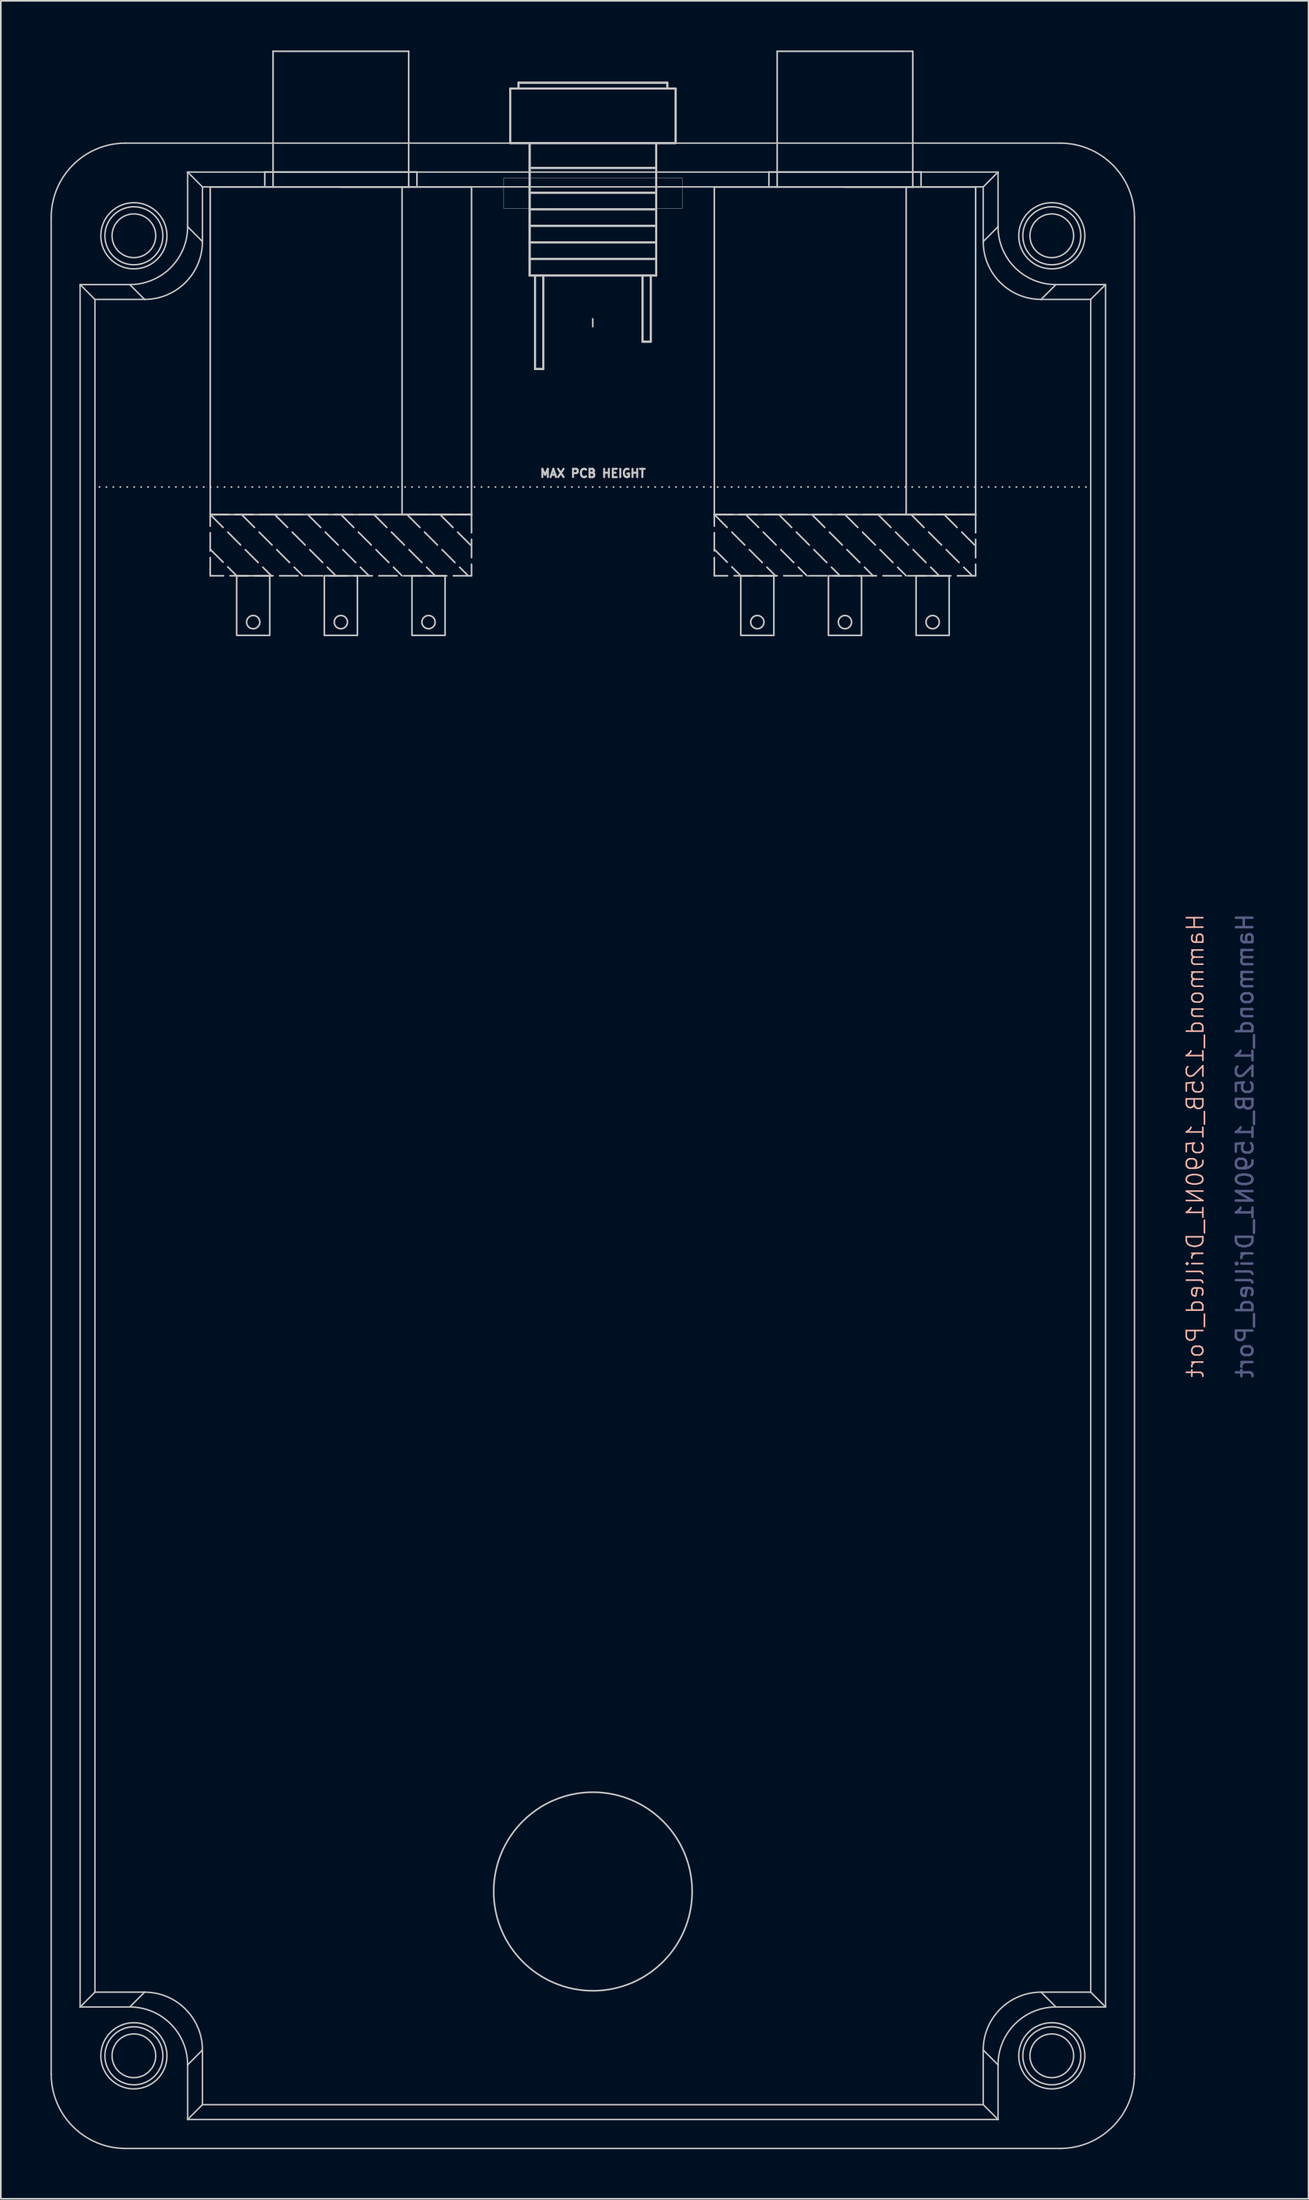
<source format=kicad_pcb>
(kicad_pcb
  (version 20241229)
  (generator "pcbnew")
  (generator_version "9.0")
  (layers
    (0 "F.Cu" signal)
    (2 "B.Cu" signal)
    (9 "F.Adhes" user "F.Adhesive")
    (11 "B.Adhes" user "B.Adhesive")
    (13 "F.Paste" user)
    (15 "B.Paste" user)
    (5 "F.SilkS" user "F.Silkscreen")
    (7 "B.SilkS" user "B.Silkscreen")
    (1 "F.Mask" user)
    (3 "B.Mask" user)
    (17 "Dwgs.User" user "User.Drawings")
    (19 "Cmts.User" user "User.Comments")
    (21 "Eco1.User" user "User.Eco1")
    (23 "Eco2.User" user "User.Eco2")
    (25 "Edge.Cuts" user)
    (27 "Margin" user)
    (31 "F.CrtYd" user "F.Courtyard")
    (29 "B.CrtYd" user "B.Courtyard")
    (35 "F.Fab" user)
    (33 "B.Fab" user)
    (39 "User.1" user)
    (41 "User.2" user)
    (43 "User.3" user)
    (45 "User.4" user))
  (footprint "Hammond_125B_1590N1_Drilled_Port"
    (layer "F.Cu")
    (at 32.8 66.2)
    (property "Reference" "Hammond_125B_1590N1_Drilled_Port" (at 36.42 0 90) (unlocked yes) (layer "B.SilkS") (effects (font (size 1 1) (thickness 0.1)) (justify mirror)))
    (fp_line (start -32.755 56.102) (end -32.755 -56.102) (stroke (width 0.09) (type solid)) (layer "Dwgs.User"))
    (fp_line (start -31.005 -52.05) (end -28.004 -52.05) (stroke (width 0.09) (type solid)) (layer "Dwgs.User"))
    (fp_line (start -31.005 52.05) (end -31.005 -52.05) (stroke (width 0.09) (type solid)) (layer "Dwgs.User"))
    (fp_line (start -30.11 -51.154) (end -31.005 -52.05) (stroke (width 0.09) (type solid)) (layer "Dwgs.User"))
    (fp_line (start -30.11 -51.154) (end -30.11 51.154) (stroke (width 0.09) (type solid)) (layer "Dwgs.User"))
    (fp_line (start -30.11 51.154) (end -31.005 52.05) (stroke (width 0.09) (type solid)) (layer "Dwgs.User"))
    (fp_line (start -30.11 51.154) (end -27.108 51.154) (stroke (width 0.09) (type solid)) (layer "Dwgs.User"))
    (fp_line (start -29.845 -39.815) (end 29.845 -39.815) (stroke (width 0.1) (type dot)) (layer "Dwgs.User"))
    (fp_line (start -28.257 -60.6) (end 28.246 -60.6) (stroke (width 0.09) (type solid)) (layer "Dwgs.User"))
    (fp_line (start -28.004 -52.05) (end -27.108 -51.154) (stroke (width 0.09) (type solid)) (layer "Dwgs.User"))
    (fp_line (start -28.004 52.05) (end -31.005 52.05) (stroke (width 0.09) (type solid)) (layer "Dwgs.User"))
    (fp_line (start -27.108 -51.154) (end -30.11 -51.154) (stroke (width 0.09) (type solid)) (layer "Dwgs.User"))
    (fp_line (start -27.108 51.154) (end -28.004 52.05) (stroke (width 0.09) (type solid)) (layer "Dwgs.User"))
    (fp_line (start -24.505 -58.85) (end 24.495 -58.85) (stroke (width 0.09) (type solid)) (layer "Dwgs.User"))
    (fp_line (start -24.505 -55.549) (end -24.505 -58.85) (stroke (width 0.09) (type solid)) (layer "Dwgs.User"))
    (fp_line (start -24.505 55.549) (end -23.61 54.653) (stroke (width 0.09) (type solid)) (layer "Dwgs.User"))
    (fp_line (start -24.505 58.85) (end -24.505 55.549) (stroke (width 0.09) (type solid)) (layer "Dwgs.User"))
    (fp_line (start -23.61 -57.954) (end -24.505 -58.85) (stroke (width 0.09) (type solid)) (layer "Dwgs.User"))
    (fp_line (start -23.61 -57.954) (end -23.61 -54.653) (stroke (width 0.09) (type solid)) (layer "Dwgs.User"))
    (fp_line (start -23.61 -54.653) (end -24.505 -55.549) (stroke (width 0.09) (type solid)) (layer "Dwgs.User"))
    (fp_line (start -23.61 54.653) (end -23.61 57.954) (stroke (width 0.09) (type solid)) (layer "Dwgs.User"))
    (fp_line (start -23.61 57.954) (end -24.505 58.85) (stroke (width 0.09) (type solid)) (layer "Dwgs.User"))
    (fp_line (start -23.61 57.954) (end 23.599 57.954) (stroke (width 0.09) (type solid)) (layer "Dwgs.User"))
    (fp_line (start -23.14 -57.95) (end -23.14 -38.15) (stroke (width 0.1) (type default)) (layer "Dwgs.User"))
    (fp_line (start -23.14 -38.15) (end -19.44 -34.45) (stroke (width 0.1) (type dash)) (layer "Dwgs.User"))
    (fp_line (start -23.14 -38.15) (end -7.34 -38.15) (stroke (width 0.1) (type default)) (layer "Dwgs.User"))
    (fp_line (start -23.14 -36.05) (end -21.54 -34.45) (stroke (width 0.1) (type dash)) (layer "Dwgs.User"))
    (fp_line (start -21.24 -38.15) (end -17.54 -34.45) (stroke (width 0.1) (type dash)) (layer "Dwgs.User"))
    (fp_line (start -19.84 -58.85) (end -19.84 -58.05) (stroke (width 0.1) (type default)) (layer "Dwgs.User"))
    (fp_line (start -19.34 -66.15) (end -19.34 -57.95) (stroke (width 0.1) (type default)) (layer "Dwgs.User"))
    (fp_line (start -19.24 -38.15) (end -15.54 -34.45) (stroke (width 0.1) (type dash)) (layer "Dwgs.User"))
    (fp_line (start -17.24 -38.15) (end -13.54 -34.45) (stroke (width 0.1) (type dash)) (layer "Dwgs.User"))
    (fp_line (start -15.24 -57.95) (end -11.14 -57.95) (stroke (width 0.1) (type default)) (layer "Dwgs.User"))
    (fp_line (start -15.24 -38.15) (end -11.54 -34.45) (stroke (width 0.1) (type dash)) (layer "Dwgs.User"))
    (fp_line (start -13.24 -38.15) (end -9.54 -34.45) (stroke (width 0.1) (type dash)) (layer "Dwgs.User"))
    (fp_line (start -11.54 -38.15) (end -11.54 -57.95) (stroke (width 0.1) (type default)) (layer "Dwgs.User"))
    (fp_line (start -11.24 -38.15) (end -7.54 -34.45) (stroke (width 0.1) (type dash)) (layer "Dwgs.User"))
    (fp_line (start -11.14 -66.15) (end -19.34 -66.15) (stroke (width 0.1) (type default)) (layer "Dwgs.User"))
    (fp_line (start -11.14 -57.95) (end -11.14 -66.15) (stroke (width 0.1) (type default)) (layer "Dwgs.User"))
    (fp_line (start -10.64 -58.85) (end -19.84 -58.85) (stroke (width 0.1) (type default)) (layer "Dwgs.User"))
    (fp_line (start -10.64 -58.85) (end -10.64 -58.05) (stroke (width 0.1) (type default)) (layer "Dwgs.User"))
    (fp_line (start -9.24 -38.15) (end -7.34 -36.25) (stroke (width 0.1) (type dash)) (layer "Dwgs.User"))
    (fp_line (start -7.34 -57.95) (end -23.14 -57.95) (stroke (width 0.1) (type default)) (layer "Dwgs.User"))
    (fp_line (start -7.34 -38.15) (end -11.54 -38.15) (stroke (width 0.1) (type default)) (layer "Dwgs.User"))
    (fp_line (start -7.34 -38.15) (end -7.34 -57.95) (stroke (width 0.1) (type default)) (layer "Dwgs.User"))
    (fp_line (start -5 -63.9) (end -4.5 -63.9) (stroke (width 0.127) (type solid)) (layer "Dwgs.User"))
    (fp_line (start -5 -63.9) (end -4.5 -63.9) (stroke (width 0.127) (type solid)) (layer "Dwgs.User"))
    (fp_line (start -5 -60.6) (end -5 -63.9) (stroke (width 0.127) (type solid)) (layer "Dwgs.User"))
    (fp_line (start -5 -60.6) (end -5 -63.9) (stroke (width 0.127) (type solid)) (layer "Dwgs.User"))
    (fp_line (start -5 -60.6) (end -3.825 -60.6) (stroke (width 0.127) (type solid)) (layer "Dwgs.User"))
    (fp_line (start -5 -60.6) (end -3.825 -60.6) (stroke (width 0.127) (type solid)) (layer "Dwgs.User"))
    (fp_line (start -4.5 -64.25) (end -4.5 -63.9) (stroke (width 0.127) (type solid)) (layer "Dwgs.User"))
    (fp_line (start -4.5 -64.25) (end -4.5 -63.9) (stroke (width 0.127) (type solid)) (layer "Dwgs.User"))
    (fp_line (start -4.5 -63.9) (end 4.5 -63.9) (stroke (width 0.127) (type solid)) (layer "Dwgs.User"))
    (fp_line (start -4.5 -63.9) (end 4.5 -63.9) (stroke (width 0.127) (type solid)) (layer "Dwgs.User"))
    (fp_line (start -3.825 -60.6) (end 3.825 -60.6) (stroke (width 0.127) (type solid)) (layer "Dwgs.User"))
    (fp_line (start -3.825 -60.6) (end 3.825 -60.6) (stroke (width 0.127) (type solid)) (layer "Dwgs.User"))
    (fp_line (start -3.825 -59.1) (end -3.825 -60.6) (stroke (width 0.127) (type solid)) (layer "Dwgs.User"))
    (fp_line (start -3.825 -59.1) (end -3.825 -60.6) (stroke (width 0.127) (type solid)) (layer "Dwgs.User"))
    (fp_line (start -3.825 -59.1) (end 3.825 -59.1) (stroke (width 0.127) (type solid)) (layer "Dwgs.User"))
    (fp_line (start -3.825 -59.1) (end 3.825 -59.1) (stroke (width 0.127) (type solid)) (layer "Dwgs.User"))
    (fp_line (start -3.825 -57.6) (end -3.825 -59.1) (stroke (width 0.127) (type solid)) (layer "Dwgs.User"))
    (fp_line (start -3.825 -57.6) (end -3.825 -59.1) (stroke (width 0.127) (type solid)) (layer "Dwgs.User"))
    (fp_line (start -3.825 -57.6) (end 3.825 -57.6) (stroke (width 0.127) (type solid)) (layer "Dwgs.User"))
    (fp_line (start -3.825 -57.6) (end 3.825 -57.6) (stroke (width 0.127) (type solid)) (layer "Dwgs.User"))
    (fp_line (start -3.825 -56.6) (end -3.825 -57.6) (stroke (width 0.127) (type solid)) (layer "Dwgs.User"))
    (fp_line (start -3.825 -56.6) (end -3.825 -57.6) (stroke (width 0.127) (type solid)) (layer "Dwgs.User"))
    (fp_line (start -3.825 -56.6) (end 3.825 -56.6) (stroke (width 0.127) (type solid)) (layer "Dwgs.User"))
    (fp_line (start -3.825 -56.6) (end 3.825 -56.6) (stroke (width 0.127) (type solid)) (layer "Dwgs.User"))
    (fp_line (start -3.825 -55.6) (end -3.825 -56.6) (stroke (width 0.127) (type solid)) (layer "Dwgs.User"))
    (fp_line (start -3.825 -55.6) (end -3.825 -56.6) (stroke (width 0.127) (type solid)) (layer "Dwgs.User"))
    (fp_line (start -3.825 -55.6) (end 3.825 -55.6) (stroke (width 0.127) (type solid)) (layer "Dwgs.User"))
    (fp_line (start -3.825 -55.6) (end 3.825 -55.6) (stroke (width 0.127) (type solid)) (layer "Dwgs.User"))
    (fp_line (start -3.825 -54.6) (end -3.825 -55.6) (stroke (width 0.127) (type solid)) (layer "Dwgs.User"))
    (fp_line (start -3.825 -54.6) (end -3.825 -55.6) (stroke (width 0.127) (type solid)) (layer "Dwgs.User"))
    (fp_line (start -3.825 -54.6) (end 3.825 -54.6) (stroke (width 0.127) (type solid)) (layer "Dwgs.User"))
    (fp_line (start -3.825 -54.6) (end 3.825 -54.6) (stroke (width 0.127) (type solid)) (layer "Dwgs.User"))
    (fp_line (start -3.825 -53.6) (end -3.825 -54.6) (stroke (width 0.127) (type solid)) (layer "Dwgs.User"))
    (fp_line (start -3.825 -53.6) (end -3.825 -54.6) (stroke (width 0.127) (type solid)) (layer "Dwgs.User"))
    (fp_line (start -3.825 -53.6) (end 3.825 -53.6) (stroke (width 0.127) (type solid)) (layer "Dwgs.User"))
    (fp_line (start -3.825 -53.6) (end 3.825 -53.6) (stroke (width 0.127) (type solid)) (layer "Dwgs.User"))
    (fp_line (start -3.825 -52.6) (end -3.825 -53.6) (stroke (width 0.127) (type solid)) (layer "Dwgs.User"))
    (fp_line (start -3.825 -52.6) (end -3.825 -53.6) (stroke (width 0.127) (type solid)) (layer "Dwgs.User"))
    (fp_line (start -3.5 -52.6) (end -3.825 -52.6) (stroke (width 0.127) (type solid)) (layer "Dwgs.User"))
    (fp_line (start -3.5 -52.6) (end -3.825 -52.6) (stroke (width 0.127) (type solid)) (layer "Dwgs.User"))
    (fp_line (start -3.5 -52.6) (end -3.5 -46.95) (stroke (width 0.127) (type solid)) (layer "Dwgs.User"))
    (fp_line (start -3.5 -52.6) (end -3.5 -46.95) (stroke (width 0.127) (type solid)) (layer "Dwgs.User"))
    (fp_line (start -3 -52.6) (end -3.5 -52.6) (stroke (width 0.127) (type solid)) (layer "Dwgs.User"))
    (fp_line (start -3 -52.6) (end -3.5 -52.6) (stroke (width 0.127) (type solid)) (layer "Dwgs.User"))
    (fp_line (start -3 -52.6) (end -3 -46.95) (stroke (width 0.127) (type solid)) (layer "Dwgs.User"))
    (fp_line (start -3 -52.6) (end -3 -46.95) (stroke (width 0.127) (type solid)) (layer "Dwgs.User"))
    (fp_line (start -3 -46.95) (end -3.5 -46.95) (stroke (width 0.127) (type solid)) (layer "Dwgs.User"))
    (fp_line (start -3 -46.95) (end -3.5 -46.95) (stroke (width 0.127) (type solid)) (layer "Dwgs.User"))
    (fp_line (start -0.01 -49.51) (end -0.01 -49.98) (stroke (width 0.1) (type default)) (layer "Dwgs.User"))
    (fp_line (start 3 -52.6) (end -3 -52.6) (stroke (width 0.127) (type solid)) (layer "Dwgs.User"))
    (fp_line (start 3 -52.6) (end -3 -52.6) (stroke (width 0.127) (type solid)) (layer "Dwgs.User"))
    (fp_line (start 3 -52.6) (end 3 -48.6) (stroke (width 0.127) (type solid)) (layer "Dwgs.User"))
    (fp_line (start 3 -52.6) (end 3 -48.6) (stroke (width 0.127) (type solid)) (layer "Dwgs.User"))
    (fp_line (start 3.5 -52.6) (end 3 -52.6) (stroke (width 0.127) (type solid)) (layer "Dwgs.User"))
    (fp_line (start 3.5 -52.6) (end 3 -52.6) (stroke (width 0.127) (type solid)) (layer "Dwgs.User"))
    (fp_line (start 3.5 -52.6) (end 3.5 -48.6) (stroke (width 0.127) (type solid)) (layer "Dwgs.User"))
    (fp_line (start 3.5 -52.6) (end 3.5 -48.6) (stroke (width 0.127) (type solid)) (layer "Dwgs.User"))
    (fp_line (start 3.5 -48.6) (end 3 -48.6) (stroke (width 0.127) (type solid)) (layer "Dwgs.User"))
    (fp_line (start 3.5 -48.6) (end 3 -48.6) (stroke (width 0.127) (type solid)) (layer "Dwgs.User"))
    (fp_line (start 3.825 -59.1) (end 3.825 -60.6) (stroke (width 0.127) (type solid)) (layer "Dwgs.User"))
    (fp_line (start 3.825 -59.1) (end 3.825 -60.6) (stroke (width 0.127) (type solid)) (layer "Dwgs.User"))
    (fp_line (start 3.825 -57.6) (end 3.825 -59.1) (stroke (width 0.127) (type solid)) (layer "Dwgs.User"))
    (fp_line (start 3.825 -57.6) (end 3.825 -59.1) (stroke (width 0.127) (type solid)) (layer "Dwgs.User"))
    (fp_line (start 3.825 -56.6) (end 3.825 -57.6) (stroke (width 0.127) (type solid)) (layer "Dwgs.User"))
    (fp_line (start 3.825 -56.6) (end 3.825 -57.6) (stroke (width 0.127) (type solid)) (layer "Dwgs.User"))
    (fp_line (start 3.825 -55.6) (end 3.825 -56.6) (stroke (width 0.127) (type solid)) (layer "Dwgs.User"))
    (fp_line (start 3.825 -55.6) (end 3.825 -56.6) (stroke (width 0.127) (type solid)) (layer "Dwgs.User"))
    (fp_line (start 3.825 -54.6) (end 3.825 -55.6) (stroke (width 0.127) (type solid)) (layer "Dwgs.User"))
    (fp_line (start 3.825 -54.6) (end 3.825 -55.6) (stroke (width 0.127) (type solid)) (layer "Dwgs.User"))
    (fp_line (start 3.825 -53.6) (end 3.825 -54.6) (stroke (width 0.127) (type solid)) (layer "Dwgs.User"))
    (fp_line (start 3.825 -53.6) (end 3.825 -54.6) (stroke (width 0.127) (type solid)) (layer "Dwgs.User"))
    (fp_line (start 3.825 -52.6) (end 3.5 -52.6) (stroke (width 0.127) (type solid)) (layer "Dwgs.User"))
    (fp_line (start 3.825 -52.6) (end 3.5 -52.6) (stroke (width 0.127) (type solid)) (layer "Dwgs.User"))
    (fp_line (start 3.825 -52.6) (end 3.825 -53.6) (stroke (width 0.127) (type solid)) (layer "Dwgs.User"))
    (fp_line (start 3.825 -52.6) (end 3.825 -53.6) (stroke (width 0.127) (type solid)) (layer "Dwgs.User"))
    (fp_line (start 4.5 -64.25) (end -4.5 -64.25) (stroke (width 0.127) (type solid)) (layer "Dwgs.User"))
    (fp_line (start 4.5 -64.25) (end -4.5 -64.25) (stroke (width 0.127) (type solid)) (layer "Dwgs.User"))
    (fp_line (start 4.5 -64.25) (end 4.5 -63.9) (stroke (width 0.127) (type solid)) (layer "Dwgs.User"))
    (fp_line (start 4.5 -64.25) (end 4.5 -63.9) (stroke (width 0.127) (type solid)) (layer "Dwgs.User"))
    (fp_line (start 5 -63.9) (end 4.5 -63.9) (stroke (width 0.127) (type solid)) (layer "Dwgs.User"))
    (fp_line (start 5 -63.9) (end 4.5 -63.9) (stroke (width 0.127) (type solid)) (layer "Dwgs.User"))
    (fp_line (start 5 -63.9) (end 5 -60.6) (stroke (width 0.127) (type solid)) (layer "Dwgs.User"))
    (fp_line (start 5 -63.9) (end 5 -60.6) (stroke (width 0.127) (type solid)) (layer "Dwgs.User"))
    (fp_line (start 5 -60.6) (end 3.825 -60.6) (stroke (width 0.127) (type solid)) (layer "Dwgs.User"))
    (fp_line (start 5 -60.6) (end 3.825 -60.6) (stroke (width 0.127) (type solid)) (layer "Dwgs.User"))
    (fp_line (start 7.34 -57.95) (end 7.34 -38.15) (stroke (width 0.1) (type default)) (layer "Dwgs.User"))
    (fp_line (start 7.34 -38.15) (end 11.04 -34.45) (stroke (width 0.1) (type dash)) (layer "Dwgs.User"))
    (fp_line (start 7.34 -38.15) (end 23.14 -38.15) (stroke (width 0.1) (type default)) (layer "Dwgs.User"))
    (fp_line (start 7.34 -36.05) (end 8.94 -34.45) (stroke (width 0.1) (type dash)) (layer "Dwgs.User"))
    (fp_line (start 9.24 -38.15) (end 12.94 -34.45) (stroke (width 0.1) (type dash)) (layer "Dwgs.User"))
    (fp_line (start 10.64 -58.85) (end 10.64 -58.05) (stroke (width 0.1) (type default)) (layer "Dwgs.User"))
    (fp_line (start 11.14 -66.15) (end 11.14 -57.95) (stroke (width 0.1) (type default)) (layer "Dwgs.User"))
    (fp_line (start 11.24 -38.15) (end 14.94 -34.45) (stroke (width 0.1) (type dash)) (layer "Dwgs.User"))
    (fp_line (start 13.24 -38.15) (end 16.94 -34.45) (stroke (width 0.1) (type dash)) (layer "Dwgs.User"))
    (fp_line (start 15.24 -57.95) (end 19.34 -57.95) (stroke (width 0.1) (type default)) (layer "Dwgs.User"))
    (fp_line (start 15.24 -38.15) (end 18.94 -34.45) (stroke (width 0.1) (type dash)) (layer "Dwgs.User"))
    (fp_line (start 17.24 -38.15) (end 20.94 -34.45) (stroke (width 0.1) (type dash)) (layer "Dwgs.User"))
    (fp_line (start 18.94 -38.15) (end 18.94 -57.95) (stroke (width 0.1) (type default)) (layer "Dwgs.User"))
    (fp_line (start 19.24 -38.15) (end 22.94 -34.45) (stroke (width 0.1) (type dash)) (layer "Dwgs.User"))
    (fp_line (start 19.34 -66.15) (end 11.14 -66.15) (stroke (width 0.1) (type default)) (layer "Dwgs.User"))
    (fp_line (start 19.34 -57.95) (end 19.34 -66.15) (stroke (width 0.1) (type default)) (layer "Dwgs.User"))
    (fp_line (start 19.84 -58.85) (end 10.64 -58.85) (stroke (width 0.1) (type default)) (layer "Dwgs.User"))
    (fp_line (start 19.84 -58.85) (end 19.84 -58.05) (stroke (width 0.1) (type default)) (layer "Dwgs.User"))
    (fp_line (start 21.24 -38.15) (end 23.14 -36.25) (stroke (width 0.1) (type dash)) (layer "Dwgs.User"))
    (fp_line (start 23.14 -57.95) (end 7.34 -57.95) (stroke (width 0.1) (type default)) (layer "Dwgs.User"))
    (fp_line (start 23.14 -38.15) (end 18.94 -38.15) (stroke (width 0.1) (type default)) (layer "Dwgs.User"))
    (fp_line (start 23.14 -38.15) (end 23.14 -57.95) (stroke (width 0.1) (type default)) (layer "Dwgs.User"))
    (fp_line (start 23.599 -57.954) (end -23.61 -57.954) (stroke (width 0.09) (type solid)) (layer "Dwgs.User"))
    (fp_line (start 23.599 -57.954) (end 24.495 -58.85) (stroke (width 0.09) (type solid)) (layer "Dwgs.User"))
    (fp_line (start 23.599 -54.653) (end 23.599 -57.954) (stroke (width 0.09) (type solid)) (layer "Dwgs.User"))
    (fp_line (start 23.599 54.653) (end 24.495 55.549) (stroke (width 0.09) (type solid)) (layer "Dwgs.User"))
    (fp_line (start 23.599 57.954) (end 23.599 54.653) (stroke (width 0.09) (type solid)) (layer "Dwgs.User"))
    (fp_line (start 23.599 57.954) (end 24.495 58.85) (stroke (width 0.09) (type solid)) (layer "Dwgs.User"))
    (fp_line (start 24.495 -58.85) (end 24.495 -55.549) (stroke (width 0.09) (type solid)) (layer "Dwgs.User"))
    (fp_line (start 24.495 -55.549) (end 23.599 -54.653) (stroke (width 0.09) (type solid)) (layer "Dwgs.User"))
    (fp_line (start 24.495 55.549) (end 24.495 58.85) (stroke (width 0.09) (type solid)) (layer "Dwgs.User"))
    (fp_line (start 24.495 58.85) (end -24.505 58.85) (stroke (width 0.09) (type solid)) (layer "Dwgs.User"))
    (fp_line (start 27.098 -51.154) (end 27.994 -52.05) (stroke (width 0.09) (type solid)) (layer "Dwgs.User"))
    (fp_line (start 27.098 51.154) (end 30.099 51.154) (stroke (width 0.09) (type solid)) (layer "Dwgs.User"))
    (fp_line (start 27.994 -52.05) (end 30.995 -52.05) (stroke (width 0.09) (type solid)) (layer "Dwgs.User"))
    (fp_line (start 27.994 52.05) (end 27.098 51.154) (stroke (width 0.09) (type solid)) (layer "Dwgs.User"))
    (fp_line (start 28.246 60.6) (end -28.257 60.6) (stroke (width 0.09) (type solid)) (layer "Dwgs.User"))
    (fp_line (start 30.099 -51.154) (end 27.098 -51.154) (stroke (width 0.09) (type solid)) (layer "Dwgs.User"))
    (fp_line (start 30.099 -51.154) (end 30.995 -52.05) (stroke (width 0.09) (type solid)) (layer "Dwgs.User"))
    (fp_line (start 30.099 51.154) (end 30.099 -51.154) (stroke (width 0.09) (type solid)) (layer "Dwgs.User"))
    (fp_line (start 30.099 51.154) (end 30.995 52.05) (stroke (width 0.09) (type solid)) (layer "Dwgs.User"))
    (fp_line (start 30.995 -52.05) (end 30.995 52.05) (stroke (width 0.09) (type solid)) (layer "Dwgs.User"))
    (fp_line (start 30.995 52.05) (end 27.994 52.05) (stroke (width 0.09) (type solid)) (layer "Dwgs.User"))
    (fp_line (start 32.745 -56.102) (end 32.745 56.102) (stroke (width 0.09) (type solid)) (layer "Dwgs.User"))
    (fp_rect (start -23.14 -38.15) (end -7.34 -34.45) (stroke (width 0.1) (type dash)) (fill no) (layer "Dwgs.User"))
    (fp_rect (start -21.54 -34.45) (end -19.54 -30.85) (stroke (width 0.1) (type default)) (fill no) (layer "Dwgs.User"))
    (fp_rect (start -16.24 -34.45) (end -14.24 -30.85) (stroke (width 0.1) (type default)) (fill no) (layer "Dwgs.User"))
    (fp_rect (start -10.94 -34.45) (end -8.94 -30.85) (stroke (width 0.1) (type default)) (fill no) (layer "Dwgs.User"))
    (fp_rect (start 7.34 -38.15) (end 23.14 -34.45) (stroke (width 0.1) (type dash)) (fill no) (layer "Dwgs.User"))
    (fp_rect (start 8.94 -34.45) (end 10.94 -30.85) (stroke (width 0.1) (type default)) (fill no) (layer "Dwgs.User"))
    (fp_rect (start 14.24 -34.45) (end 16.24 -30.85) (stroke (width 0.1) (type default)) (fill no) (layer "Dwgs.User"))
    (fp_rect (start 19.54 -34.45) (end 21.54 -30.85) (stroke (width 0.1) (type default)) (fill no) (layer "Dwgs.User"))
    (fp_circle (center -27.755 -55) (end -27.755 -53.679) (stroke (width 0.09) (type solid)) (fill no) (layer "Dwgs.User"))
    (fp_circle (center -27.755 -55) (end -27.755 -53.247) (stroke (width 0.09) (type solid)) (fill no) (layer "Dwgs.User"))
    (fp_circle (center -27.755 -55) (end -27.755 -53) (stroke (width 0.09) (type solid)) (fill no) (layer "Dwgs.User"))
    (fp_circle (center -27.755 55) (end -27.755 56.321) (stroke (width 0.09) (type solid)) (fill no) (layer "Dwgs.User"))
    (fp_circle (center -27.755 55) (end -27.755 56.753) (stroke (width 0.09) (type solid)) (fill no) (layer "Dwgs.User"))
    (fp_circle (center -27.755 55) (end -27.755 57) (stroke (width 0.09) (type solid)) (fill no) (layer "Dwgs.User"))
    (fp_circle (center -20.54 -31.65) (end -20.14 -31.65) (stroke (width 0.1) (type default)) (fill no) (layer "Dwgs.User"))
    (fp_circle (center -15.24 -31.65) (end -14.84 -31.65) (stroke (width 0.1) (type default)) (fill no) (layer "Dwgs.User"))
    (fp_circle (center -9.94 -31.65) (end -9.54 -31.65) (stroke (width 0.1) (type default)) (fill no) (layer "Dwgs.User"))
    (fp_circle (center 0 45.07) (end 6 45.07) (stroke (width 0.1) (type solid)) (fill no) (layer "Dwgs.User"))
    (fp_circle (center 9.94 -31.65) (end 10.34 -31.65) (stroke (width 0.1) (type default)) (fill no) (layer "Dwgs.User"))
    (fp_circle (center 15.24 -31.65) (end 15.64 -31.65) (stroke (width 0.1) (type default)) (fill no) (layer "Dwgs.User"))
    (fp_circle (center 20.54 -31.65) (end 20.94 -31.65) (stroke (width 0.1) (type default)) (fill no) (layer "Dwgs.User"))
    (fp_circle (center 27.745 -55) (end 27.745 -53.679) (stroke (width 0.09) (type solid)) (fill no) (layer "Dwgs.User"))
    (fp_circle (center 27.745 -55) (end 27.745 -53.247) (stroke (width 0.09) (type solid)) (fill no) (layer "Dwgs.User"))
    (fp_circle (center 27.745 -55) (end 27.745 -53) (stroke (width 0.09) (type solid)) (fill no) (layer "Dwgs.User"))
    (fp_circle (center 27.745 55) (end 27.745 56.321) (stroke (width 0.09) (type solid)) (fill no) (layer "Dwgs.User"))
    (fp_circle (center 27.745 55) (end 27.745 56.753) (stroke (width 0.09) (type solid)) (fill no) (layer "Dwgs.User"))
    (fp_circle (center 27.745 55) (end 27.745 57) (stroke (width 0.09) (type solid)) (fill no) (layer "Dwgs.User"))
    (fp_poly (pts (xy -5.4 -58.5) (xy 5.4 -58.5) (xy 5.4 -56.65) (xy -5.4 -56.65)) (stroke (width 0.01) (type solid)) (fill no) (layer "Dwgs.User"))
    (fp_poly (pts (xy -5.4 -58.5) (xy 5.4 -58.5) (xy 5.4 -56.65) (xy -5.4 -56.65)) (stroke (width 0.01) (type solid)) (fill no) (layer "Dwgs.User"))
    (fp_curve (pts (xy -32.755 -56.102) (xy -32.755 -58.586) (xy -30.742 -60.6) (xy -28.257 -60.6)) (stroke (width 0.09) (type solid)) (layer "Dwgs.User"))
    (fp_curve (pts (xy -28.257 60.6) (xy -30.742 60.6) (xy -32.755 58.586) (xy -32.755 56.102)) (stroke (width 0.09) (type solid)) (layer "Dwgs.User"))
    (fp_curve (pts (xy -28.004 52.05) (xy -26.071 52.05) (xy -24.505 53.616) (xy -24.505 55.549)) (stroke (width 0.09) (type solid)) (layer "Dwgs.User"))
    (fp_curve (pts (xy -27.108 51.154) (xy -25.176 51.154) (xy -23.61 52.721) (xy -23.61 54.653)) (stroke (width 0.09) (type solid)) (layer "Dwgs.User"))
    (fp_curve (pts (xy -24.505 -55.549) (xy -24.505 -53.616) (xy -26.071 -52.05) (xy -28.004 -52.05)) (stroke (width 0.09) (type solid)) (layer "Dwgs.User"))
    (fp_curve (pts (xy -23.61 -54.653) (xy -23.61 -52.721) (xy -25.176 -51.154) (xy -27.108 -51.154)) (stroke (width 0.09) (type solid)) (layer "Dwgs.User"))
    (fp_curve (pts (xy 23.599 54.653) (xy 23.599 52.721) (xy 25.165 51.154) (xy 27.098 51.154)) (stroke (width 0.09) (type solid)) (layer "Dwgs.User"))
    (fp_curve (pts (xy 24.495 55.549) (xy 24.495 53.616) (xy 26.061 52.05) (xy 27.994 52.05)) (stroke (width 0.09) (type solid)) (layer "Dwgs.User"))
    (fp_curve (pts (xy 27.098 -51.154) (xy 25.165 -51.154) (xy 23.599 -52.721) (xy 23.599 -54.653)) (stroke (width 0.09) (type solid)) (layer "Dwgs.User"))
    (fp_curve (pts (xy 27.994 -52.05) (xy 26.061 -52.05) (xy 24.495 -53.616) (xy 24.495 -55.549)) (stroke (width 0.09) (type solid)) (layer "Dwgs.User"))
    (fp_curve (pts (xy 28.246 -60.6) (xy 30.731 -60.6) (xy 32.745 -58.586) (xy 32.745 -56.102)) (stroke (width 0.09) (type solid)) (layer "Dwgs.User"))
    (fp_curve (pts (xy 32.745 56.102) (xy 32.745 58.586) (xy 30.731 60.6) (xy 28.246 60.6)) (stroke (width 0.09) (type solid)) (layer "Dwgs.User"))
    (fp_text user "MAX PCB HEIGHT" (at 0 -40.64 0) (unlocked yes) (layer "Dwgs.User") (effects (font (size 0.5 0.5) (thickness 0.125))))
    (fp_text user "${REFERENCE}" (at 39.42 0 90) (unlocked yes) (layer "B.Fab") (effects (font (size 1 1) (thickness 0.15)) (justify mirror))))
  (gr_rect
    (start -3 -3)
    (end 76.068 129.845)
    (stroke (width 0.1) (type default))
    (fill no)
    (layer "Edge.Cuts")))
</source>
